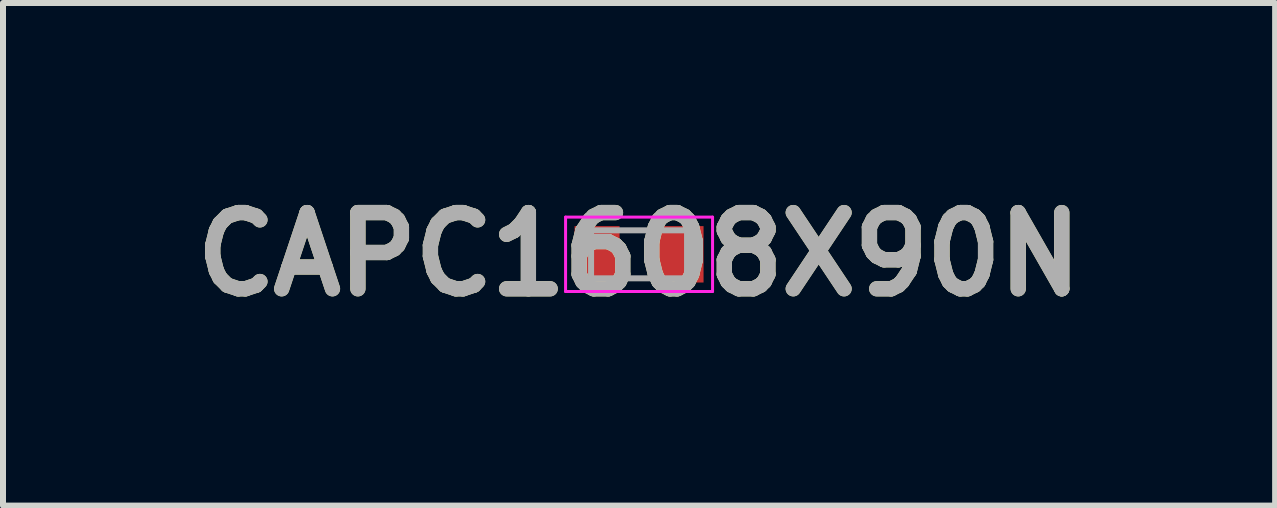
<source format=kicad_pcb>
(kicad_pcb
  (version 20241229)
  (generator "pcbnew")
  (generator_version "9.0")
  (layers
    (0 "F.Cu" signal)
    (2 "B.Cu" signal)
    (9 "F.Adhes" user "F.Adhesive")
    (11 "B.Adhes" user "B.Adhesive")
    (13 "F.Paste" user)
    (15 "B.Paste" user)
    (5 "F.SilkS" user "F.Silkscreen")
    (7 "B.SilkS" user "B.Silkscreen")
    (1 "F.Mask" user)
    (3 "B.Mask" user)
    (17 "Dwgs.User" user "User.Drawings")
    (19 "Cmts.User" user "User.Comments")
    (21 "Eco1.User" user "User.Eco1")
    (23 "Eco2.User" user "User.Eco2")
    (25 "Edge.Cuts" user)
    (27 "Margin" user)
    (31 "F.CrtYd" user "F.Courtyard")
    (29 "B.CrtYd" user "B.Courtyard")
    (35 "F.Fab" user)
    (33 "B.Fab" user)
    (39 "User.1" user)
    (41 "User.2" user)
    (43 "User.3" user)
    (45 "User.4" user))
  (footprint "CAPC1608X90N"
    (layer "F.Cu")
    (at 7.602 1.189)
    (property "Reference" "CAPC1608X90N" (at 0 0 0) (layer "F.SilkS") (effects (font (size 1.27 1.27) (thickness 0.254))))
    (attr smd)
    (fp_line (start -1.225 -0.62) (end 1.225 -0.62) (stroke (width 0.05) (type solid)) (layer "F.CrtYd"))
    (fp_line (start -1.225 0.62) (end -1.225 -0.62) (stroke (width 0.05) (type solid)) (layer "F.CrtYd"))
    (fp_line (start 1.225 -0.62) (end 1.225 0.62) (stroke (width 0.05) (type solid)) (layer "F.CrtYd"))
    (fp_line (start 1.225 0.62) (end -1.225 0.62) (stroke (width 0.05) (type solid)) (layer "F.CrtYd"))
    (fp_line (start -0.8 -0.4) (end 0.8 -0.4) (stroke (width 0.1) (type solid)) (layer "F.Fab"))
    (fp_line (start -0.8 0.4) (end -0.8 -0.4) (stroke (width 0.1) (type solid)) (layer "F.Fab"))
    (fp_line (start 0.8 -0.4) (end 0.8 0.4) (stroke (width 0.1) (type solid)) (layer "F.Fab"))
    (fp_line (start 0.8 0.4) (end -0.8 0.4) (stroke (width 0.1) (type solid)) (layer "F.Fab"))
    (fp_text user "${REFERENCE}" (at 0 0 0) (layer "F.Fab") (effects (font (size 1.27 1.27) (thickness 0.254))))
    (pad "1" smd rect (at -0.7 0) (size 0.75 0.94) (layers "F.Cu" "F.Mask" "F.Paste"))
    (pad "2" smd rect (at 0.7 0) (size 0.75 0.94) (layers "F.Cu" "F.Mask" "F.Paste")))
  (gr_rect
    (start -3 -3)
    (end 18.204 5.377)
    (stroke (width 0.1) (type default))
    (fill no)
    (layer "Edge.Cuts")))
</source>
